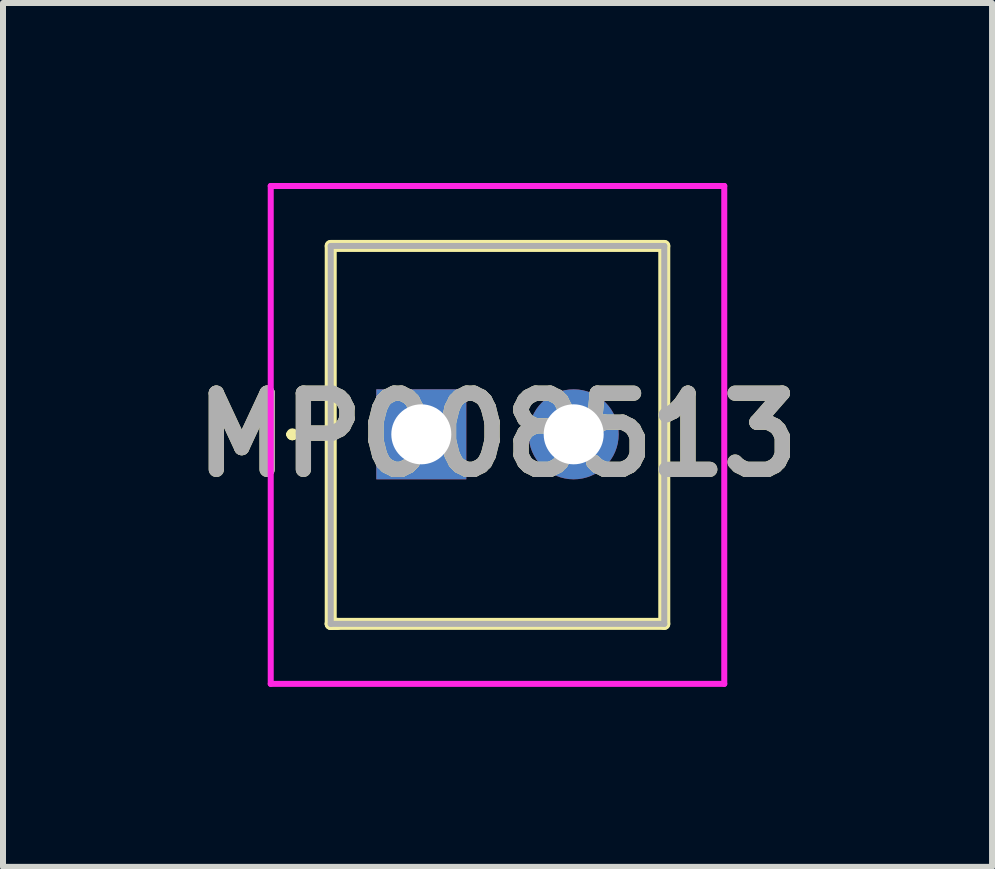
<source format=kicad_pcb>
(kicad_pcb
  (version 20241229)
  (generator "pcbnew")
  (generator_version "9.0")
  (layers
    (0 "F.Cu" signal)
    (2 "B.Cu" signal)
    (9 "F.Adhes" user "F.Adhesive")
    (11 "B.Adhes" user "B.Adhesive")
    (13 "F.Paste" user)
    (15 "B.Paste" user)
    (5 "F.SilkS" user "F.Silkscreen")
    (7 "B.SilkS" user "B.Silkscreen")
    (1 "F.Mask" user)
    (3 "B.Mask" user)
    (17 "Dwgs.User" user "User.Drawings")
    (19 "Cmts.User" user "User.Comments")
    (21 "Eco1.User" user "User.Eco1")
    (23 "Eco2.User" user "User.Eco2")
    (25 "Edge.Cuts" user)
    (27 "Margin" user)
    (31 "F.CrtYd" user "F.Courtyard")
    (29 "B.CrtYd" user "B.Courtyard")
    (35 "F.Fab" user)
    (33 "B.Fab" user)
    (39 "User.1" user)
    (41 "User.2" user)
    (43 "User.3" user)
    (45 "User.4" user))
  (footprint "MP008513"
    (layer "F.Cu")
    (at 3.973 4.19)
    (property "Reference" "MP008513" (at 1.27 0.01 0) (layer "F.SilkS") (effects (font (size 1.27 1.27) (thickness 0.254))))
    (attr through_hole)
    (fp_line (start -2.2 0) (end -2.2 0) (stroke (width 0.1) (type solid)) (layer "F.SilkS"))
    (fp_line (start -2.2 0) (end -2.2 0) (stroke (width 0.1) (type solid)) (layer "F.SilkS"))
    (fp_line (start -2.1 0) (end -2.1 0) (stroke (width 0.1) (type solid)) (layer "F.SilkS"))
    (fp_line (start -1.51 -3.14) (end -1.51 3.16) (stroke (width 0.2) (type solid)) (layer "F.SilkS"))
    (fp_line (start -1.51 3.16) (end -1.4 3.16) (stroke (width 0.2) (type solid)) (layer "F.SilkS"))
    (fp_line (start -1.51 3.16) (end 4.05 3.16) (stroke (width 0.2) (type solid)) (layer "F.SilkS"))
    (fp_line (start 4.05 -3.14) (end -1.51 -3.14) (stroke (width 0.2) (type solid)) (layer "F.SilkS"))
    (fp_line (start 4.05 3.16) (end 4.05 -3.14) (stroke (width 0.2) (type solid)) (layer "F.SilkS"))
    (fp_arc (start -2.2 0) (mid -2.15 -0.05) (end -2.1 0) (stroke (width 0.1) (type solid)) (layer "F.SilkS"))
    (fp_arc (start -2.1 0) (mid -2.15 0.05) (end -2.2 0) (stroke (width 0.1) (type solid)) (layer "F.SilkS"))
    (fp_arc (start -2.1 0) (mid -2.15 0.05) (end -2.2 0) (stroke (width 0.1) (type solid)) (layer "F.SilkS"))
    (fp_line (start -2.51 -4.14) (end 5.05 -4.14) (stroke (width 0.1) (type solid)) (layer "F.CrtYd"))
    (fp_line (start -2.51 4.16) (end -2.51 -4.14) (stroke (width 0.1) (type solid)) (layer "F.CrtYd"))
    (fp_line (start 5.05 -4.14) (end 5.05 4.16) (stroke (width 0.1) (type solid)) (layer "F.CrtYd"))
    (fp_line (start 5.05 4.16) (end -2.51 4.16) (stroke (width 0.1) (type solid)) (layer "F.CrtYd"))
    (fp_line (start -1.51 -3.14) (end -1.51 3.16) (stroke (width 0.1) (type solid)) (layer "F.Fab"))
    (fp_line (start -1.51 3.16) (end 4.05 3.16) (stroke (width 0.1) (type solid)) (layer "F.Fab"))
    (fp_line (start 4.05 -3.14) (end -1.51 -3.14) (stroke (width 0.1) (type solid)) (layer "F.Fab"))
    (fp_line (start 4.05 3.16) (end 4.05 -3.14) (stroke (width 0.1) (type solid)) (layer "F.Fab"))
    (fp_text user "${REFERENCE}" (at 1.27 0.01 0) (layer "F.Fab") (effects (font (size 1.27 1.27) (thickness 0.254))))
    (pad "1" thru_hole rect (at 0 0) (size 1.5 1.5) (drill 1) (layers "*.Cu" "*.Mask"))
    (pad "2" thru_hole circle (at 2.54 0) (size 1.5 1.5) (drill 1) (layers "*.Cu" "*.Mask")))
  (gr_rect
    (start -3 -3)
    (end 13.487 11.4)
    (stroke (width 0.1) (type default))
    (fill no)
    (layer "Edge.Cuts")))
</source>
